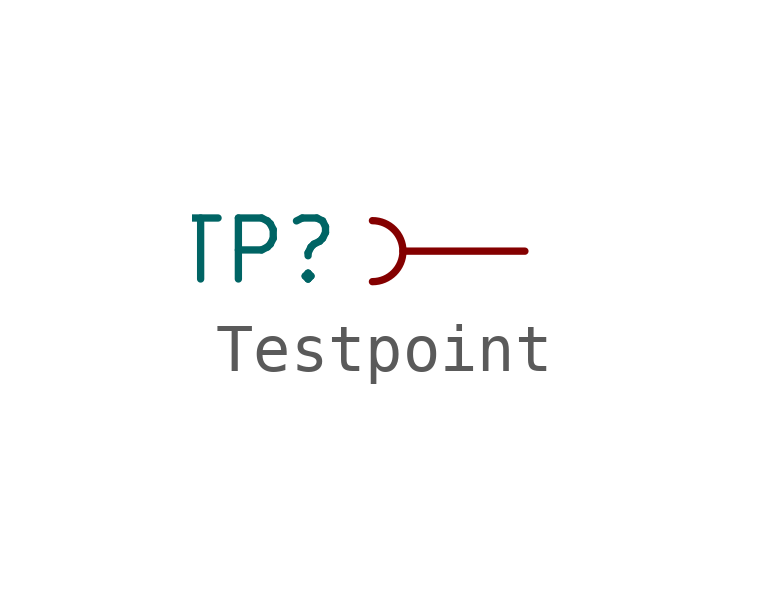
<source format=kicad_sym>
(kicad_symbol_lib
  (version 20231120)
  (generator "kicad_symbol_editor")
  (generator_version "8.0")
  (symbol "Testpoint"
    (pin_numbers hide)
    (pin_names hide)
    (property "Reference" "TP"
      (at -1.27 0 0)
      (do_not_autoplace)
      (effects (font (size 1.27 1.27)) (justify right)))
    (symbol "Testpoint_0_1"
      (arc (start -0.635 -0.635) (mid 0 0) (end -0.635 0.635) (stroke (width 0) (type default)) (fill (type none))))
    (symbol "Testpoint_1_0"
      (pin passive line (at 2.54 0 180) (length 2.54) (name "" (effects (font (size 1.27 1.27)))) (number "1" (effects (font (size 1.27 1.27))))))))
</source>
